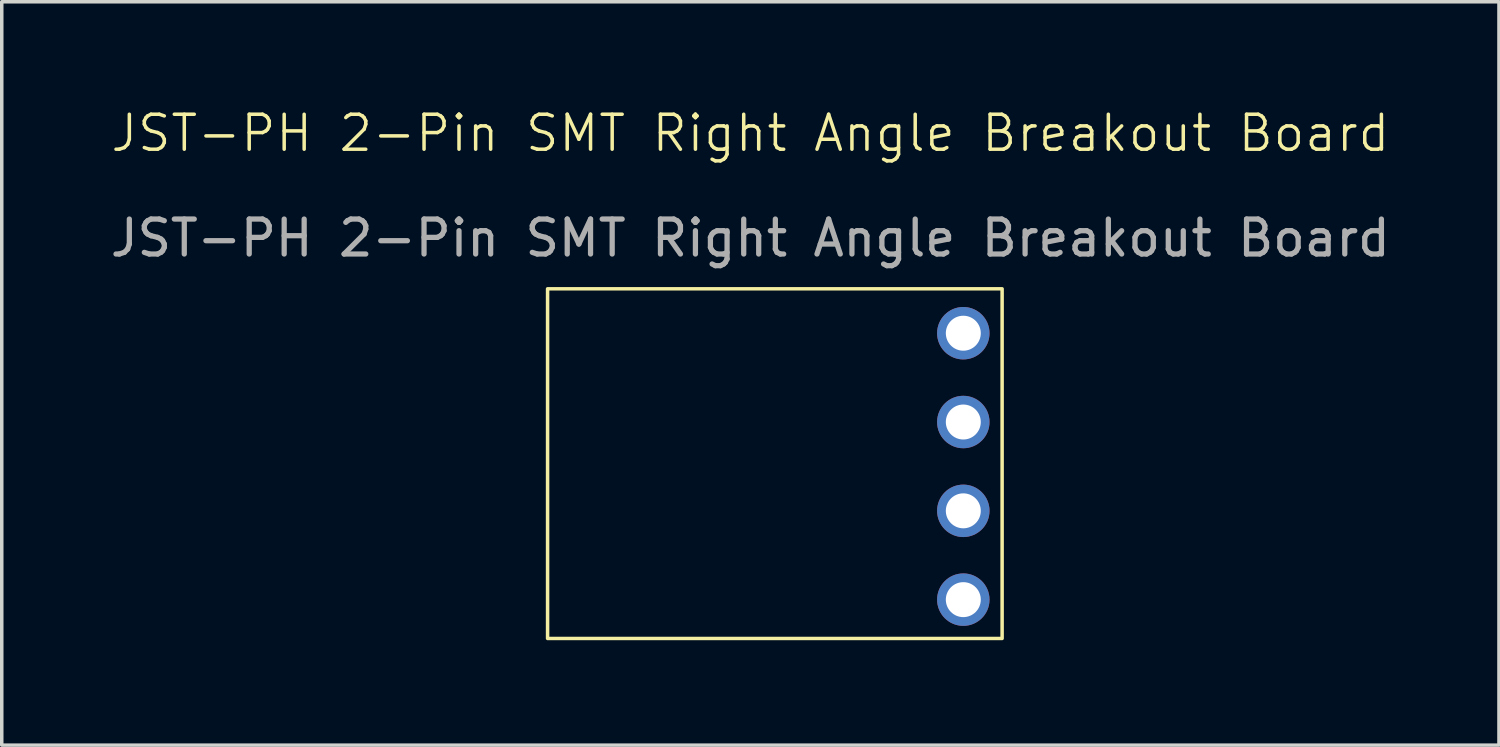
<source format=kicad_pcb>
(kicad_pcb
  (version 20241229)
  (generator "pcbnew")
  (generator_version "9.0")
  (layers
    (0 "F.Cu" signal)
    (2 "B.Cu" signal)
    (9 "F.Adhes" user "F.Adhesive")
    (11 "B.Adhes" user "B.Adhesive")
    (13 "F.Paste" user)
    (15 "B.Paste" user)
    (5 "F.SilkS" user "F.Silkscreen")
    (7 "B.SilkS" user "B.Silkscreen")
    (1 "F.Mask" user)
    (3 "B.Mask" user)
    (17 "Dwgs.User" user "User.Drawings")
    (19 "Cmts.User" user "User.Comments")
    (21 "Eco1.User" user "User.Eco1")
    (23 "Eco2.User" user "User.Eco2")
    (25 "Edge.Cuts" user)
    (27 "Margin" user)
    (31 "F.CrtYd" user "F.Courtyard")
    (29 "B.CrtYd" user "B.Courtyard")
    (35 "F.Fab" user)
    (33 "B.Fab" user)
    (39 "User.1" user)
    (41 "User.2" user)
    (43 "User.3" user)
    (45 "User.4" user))
  (footprint "JST-PH 2-Pin SMT Right Angle Breakout Board"
    (layer "F.Cu")
    (at 18.411 1.26)
    (property "Reference" "JST-PH 2-Pin SMT Right Angle Breakout Board" (at 0 -0.5 0) (unlocked yes) (layer "F.SilkS") (effects (font (size 1 1) (thickness 0.1))))
    (attr smd)
    (fp_rect (start -5.8 3.95) (end 7.2 13.95) (stroke (width 0.1) (type default)) (fill no) (layer "F.SilkS"))
    (fp_text user "${REFERENCE}" (at 0 2.5 0) (unlocked yes) (layer "F.Fab") (effects (font (size 1 1) (thickness 0.15))))
    (pad "1" thru_hole circle (at 6.09 12.84) (size 1.5 1.5) (drill 1) (layers "*.Cu" "*.Mask"))
    (pad "2" thru_hole circle (at 6.09 10.3) (size 1.5 1.5) (drill 1) (layers "*.Cu" "*.Mask"))
    (pad "3" thru_hole circle (at 6.09 7.76) (size 1.5 1.5) (drill 1) (layers "*.Cu" "*.Mask"))
    (pad "4" thru_hole circle (at 6.09 5.22) (size 1.5 1.5) (drill 1) (layers "*.Cu" "*.Mask")))
  (gr_rect
    (start -3 -3)
    (end 39.821 18.261)
    (stroke (width 0.1) (type default))
    (fill no)
    (layer "Edge.Cuts")))
</source>
